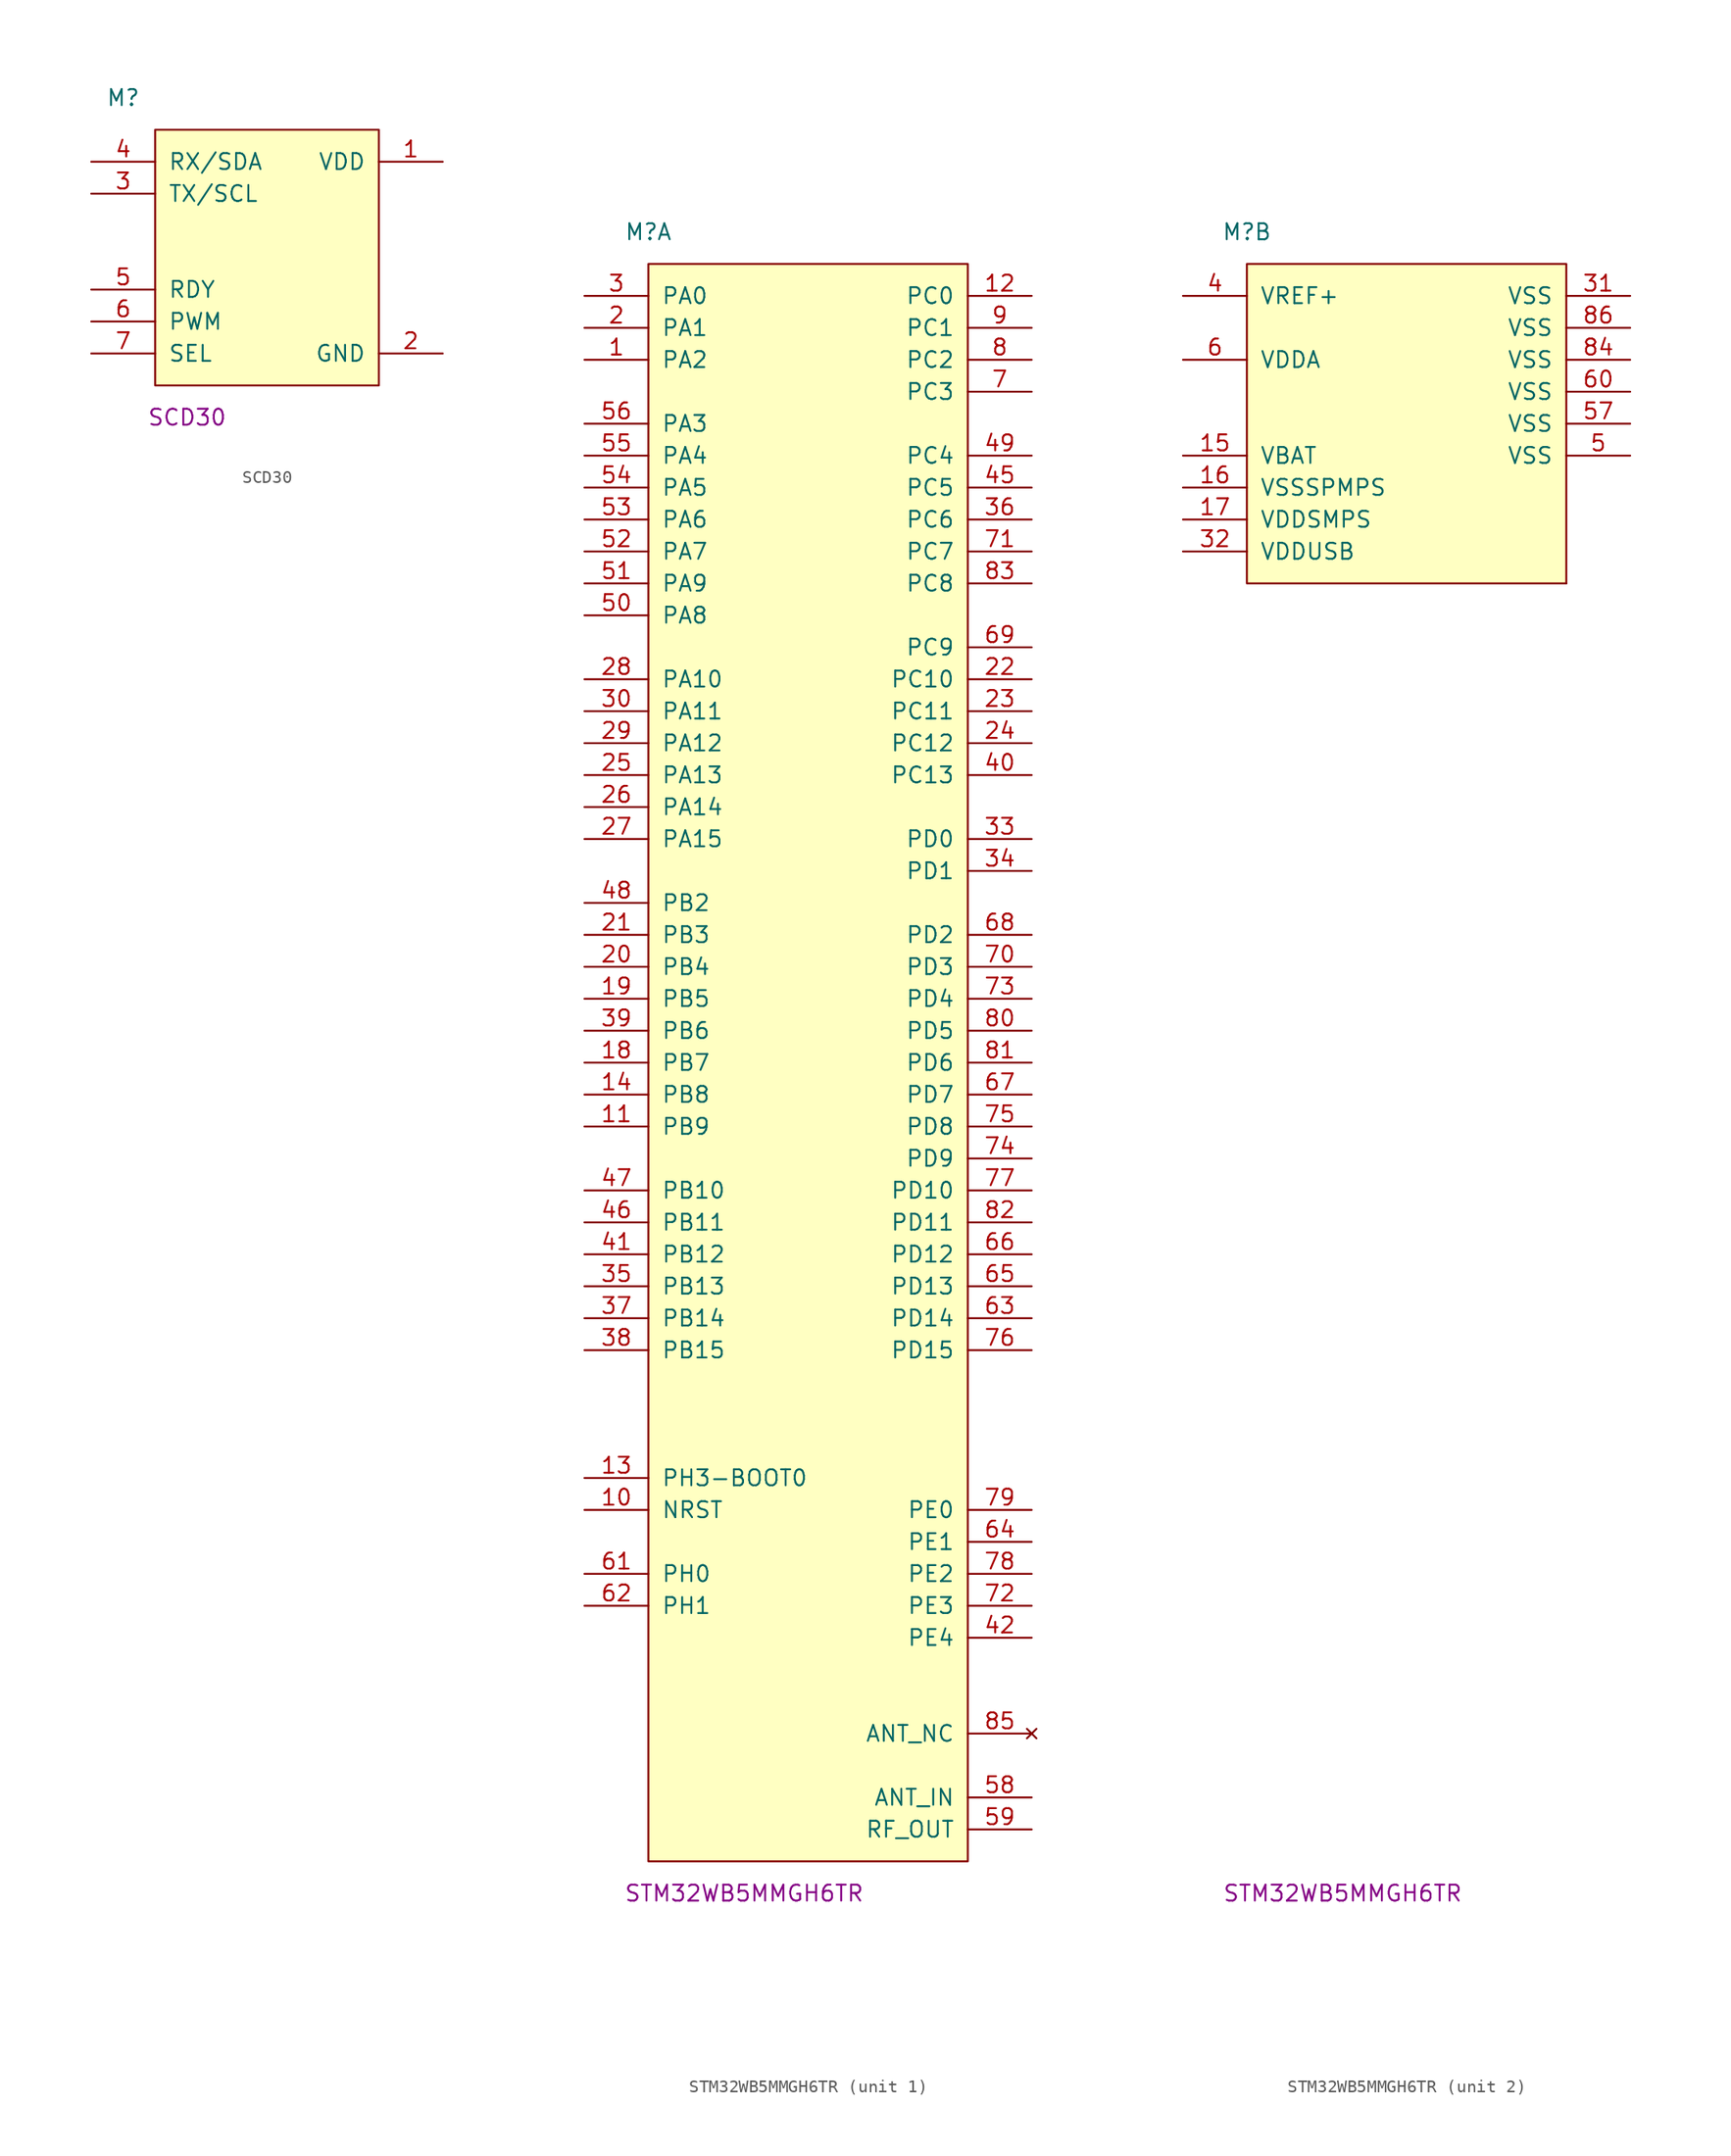
<source format=kicad_sym>
(kicad_symbol_lib
  (version 20220914)
  (generator kicad_symbol_editor)
  (symbol "SCD30"
    (pin_names
      (offset 1.016))
    (property "Reference" "M"
      (at -2.54 2.54 0)
      (effects (font (size 1.27 1.27))))
    (property "_Value_" "SCD30"
      (at 2.54 -22.86 0)
      (effects (font (size 1.27 1.27))))
    (symbol "SCD30_0_1"
      (rectangle (start 0 0) (end 17.78 -20.32) (stroke (width 0) (type default)) (fill (type background))))
    (symbol "SCD30_1_1"
      (pin power_in line (at 22.86 -2.54 180) (length 5.08) (name "VDD" (effects (font (size 1.27 1.27)))) (number "1" (effects (font (size 1.27 1.27)))))
      (pin passive line (at 22.86 -17.78 180) (length 5.08) (name "GND" (effects (font (size 1.27 1.27)))) (number "2" (effects (font (size 1.27 1.27)))))
      (pin bidirectional line (at -5.08 -5.08 0) (length 5.08) (name "TX/SCL" (effects (font (size 1.27 1.27)))) (number "3" (effects (font (size 1.27 1.27)))))
      (pin bidirectional line (at -5.08 -2.54 0) (length 5.08) (name "RX/SDA" (effects (font (size 1.27 1.27)))) (number "4" (effects (font (size 1.27 1.27)))))
      (pin output line (at -5.08 -12.7 0) (length 5.08) (name "RDY" (effects (font (size 1.27 1.27)))) (number "5" (effects (font (size 1.27 1.27)))))
      (pin output line (at -5.08 -15.24 0) (length 5.08) (name "PWM" (effects (font (size 1.27 1.27)))) (number "6" (effects (font (size 1.27 1.27)))))
      (pin input line (at -5.08 -17.78 0) (length 5.08) (name "SEL" (effects (font (size 1.27 1.27)))) (number "7" (effects (font (size 1.27 1.27)))))))
  (symbol "STM32WB5MMGH6TR"
    (pin_names
      (offset 1.016))
    (property "Reference" "M"
      (at 0 2.54 0)
      (effects (font (size 1.27 1.27))))
    (property "_Value_" "STM32WB5MMGH6TR"
      (at 7.62 -129.54 0)
      (effects (font (size 1.27 1.27))))
    (property "ki_locked" ""
      (at 0 0 0)
      (effects (font (size 1.27 1.27))))
    (symbol "STM32WB5MMGH6TR_1_1"
      (rectangle (start 0 0) (end 25.4 -127) (stroke (width 0) (type default)) (fill (type background)))
      (pin bidirectional line (at -5.08 -7.62 0) (length 5.08) (name "PA2" (effects (font (size 1.27 1.27)))) (number "1" (effects (font (size 1.27 1.27)))))
      (pin bidirectional line (at -5.08 -99.06 0) (length 5.08) (name "NRST" (effects (font (size 1.27 1.27)))) (number "10" (effects (font (size 1.27 1.27)))))
      (pin bidirectional line (at -5.08 -68.58 0) (length 5.08) (name "PB9" (effects (font (size 1.27 1.27)))) (number "11" (effects (font (size 1.27 1.27)))))
      (pin bidirectional line (at 30.48 -2.54 180) (length 5.08) (name "PC0" (effects (font (size 1.27 1.27)))) (number "12" (effects (font (size 1.27 1.27)))))
      (pin bidirectional line (at -5.08 -96.52 0) (length 5.08) (name "PH3-BOOT0" (effects (font (size 1.27 1.27)))) (number "13" (effects (font (size 1.27 1.27)))))
      (pin bidirectional line (at -5.08 -66.04 0) (length 5.08) (name "PB8" (effects (font (size 1.27 1.27)))) (number "14" (effects (font (size 1.27 1.27)))))
      (pin bidirectional line (at -5.08 -63.5 0) (length 5.08) (name "PB7" (effects (font (size 1.27 1.27)))) (number "18" (effects (font (size 1.27 1.27)))))
      (pin bidirectional line (at -5.08 -58.42 0) (length 5.08) (name "PB5" (effects (font (size 1.27 1.27)))) (number "19" (effects (font (size 1.27 1.27)))))
      (pin bidirectional line (at -5.08 -5.08 0) (length 5.08) (name "PA1" (effects (font (size 1.27 1.27)))) (number "2" (effects (font (size 1.27 1.27)))))
      (pin bidirectional line (at -5.08 -55.88 0) (length 5.08) (name "PB4" (effects (font (size 1.27 1.27)))) (number "20" (effects (font (size 1.27 1.27)))))
      (pin bidirectional line (at -5.08 -53.34 0) (length 5.08) (name "PB3" (effects (font (size 1.27 1.27)))) (number "21" (effects (font (size 1.27 1.27)))))
      (pin bidirectional line (at 30.48 -33.02 180) (length 5.08) (name "PC10" (effects (font (size 1.27 1.27)))) (number "22" (effects (font (size 1.27 1.27)))))
      (pin bidirectional line (at 30.48 -35.56 180) (length 5.08) (name "PC11" (effects (font (size 1.27 1.27)))) (number "23" (effects (font (size 1.27 1.27)))))
      (pin bidirectional line (at 30.48 -38.1 180) (length 5.08) (name "PC12" (effects (font (size 1.27 1.27)))) (number "24" (effects (font (size 1.27 1.27)))))
      (pin bidirectional line (at -5.08 -40.64 0) (length 5.08) (name "PA13" (effects (font (size 1.27 1.27)))) (number "25" (effects (font (size 1.27 1.27)))))
      (pin bidirectional line (at -5.08 -43.18 0) (length 5.08) (name "PA14" (effects (font (size 1.27 1.27)))) (number "26" (effects (font (size 1.27 1.27)))))
      (pin bidirectional line (at -5.08 -45.72 0) (length 5.08) (name "PA15" (effects (font (size 1.27 1.27)))) (number "27" (effects (font (size 1.27 1.27)))))
      (pin bidirectional line (at -5.08 -33.02 0) (length 5.08) (name "PA10" (effects (font (size 1.27 1.27)))) (number "28" (effects (font (size 1.27 1.27)))))
      (pin bidirectional line (at -5.08 -38.1 0) (length 5.08) (name "PA12" (effects (font (size 1.27 1.27)))) (number "29" (effects (font (size 1.27 1.27)))))
      (pin bidirectional line (at -5.08 -2.54 0) (length 5.08) (name "PA0" (effects (font (size 1.27 1.27)))) (number "3" (effects (font (size 1.27 1.27)))))
      (pin bidirectional line (at -5.08 -35.56 0) (length 5.08) (name "PA11" (effects (font (size 1.27 1.27)))) (number "30" (effects (font (size 1.27 1.27)))))
      (pin bidirectional line (at 30.48 -45.72 180) (length 5.08) (name "PD0" (effects (font (size 1.27 1.27)))) (number "33" (effects (font (size 1.27 1.27)))))
      (pin bidirectional line (at 30.48 -48.26 180) (length 5.08) (name "PD1" (effects (font (size 1.27 1.27)))) (number "34" (effects (font (size 1.27 1.27)))))
      (pin bidirectional line (at -5.08 -81.28 0) (length 5.08) (name "PB13" (effects (font (size 1.27 1.27)))) (number "35" (effects (font (size 1.27 1.27)))))
      (pin bidirectional line (at 30.48 -20.32 180) (length 5.08) (name "PC6" (effects (font (size 1.27 1.27)))) (number "36" (effects (font (size 1.27 1.27)))))
      (pin bidirectional line (at -5.08 -83.82 0) (length 5.08) (name "PB14" (effects (font (size 1.27 1.27)))) (number "37" (effects (font (size 1.27 1.27)))))
      (pin bidirectional line (at -5.08 -86.36 0) (length 5.08) (name "PB15" (effects (font (size 1.27 1.27)))) (number "38" (effects (font (size 1.27 1.27)))))
      (pin bidirectional line (at -5.08 -60.96 0) (length 5.08) (name "PB6" (effects (font (size 1.27 1.27)))) (number "39" (effects (font (size 1.27 1.27)))))
      (pin bidirectional line (at 30.48 -40.64 180) (length 5.08) (name "PC13" (effects (font (size 1.27 1.27)))) (number "40" (effects (font (size 1.27 1.27)))))
      (pin bidirectional line (at -5.08 -78.74 0) (length 5.08) (name "PB12" (effects (font (size 1.27 1.27)))) (number "41" (effects (font (size 1.27 1.27)))))
      (pin bidirectional line (at 30.48 -109.22 180) (length 5.08) (name "PE4" (effects (font (size 1.27 1.27)))) (number "42" (effects (font (size 1.27 1.27)))))
      (pin bidirectional line (at 30.48 -17.78 180) (length 5.08) (name "PC5" (effects (font (size 1.27 1.27)))) (number "45" (effects (font (size 1.27 1.27)))))
      (pin bidirectional line (at -5.08 -76.2 0) (length 5.08) (name "PB11" (effects (font (size 1.27 1.27)))) (number "46" (effects (font (size 1.27 1.27)))))
      (pin bidirectional line (at -5.08 -73.66 0) (length 5.08) (name "PB10" (effects (font (size 1.27 1.27)))) (number "47" (effects (font (size 1.27 1.27)))))
      (pin bidirectional line (at -5.08 -50.8 0) (length 5.08) (name "PB2" (effects (font (size 1.27 1.27)))) (number "48" (effects (font (size 1.27 1.27)))))
      (pin bidirectional line (at 30.48 -15.24 180) (length 5.08) (name "PC4" (effects (font (size 1.27 1.27)))) (number "49" (effects (font (size 1.27 1.27)))))
      (pin bidirectional line (at -5.08 -27.94 0) (length 5.08) (name "PA8" (effects (font (size 1.27 1.27)))) (number "50" (effects (font (size 1.27 1.27)))))
      (pin bidirectional line (at -5.08 -25.4 0) (length 5.08) (name "PA9" (effects (font (size 1.27 1.27)))) (number "51" (effects (font (size 1.27 1.27)))))
      (pin bidirectional line (at -5.08 -22.86 0) (length 5.08) (name "PA7" (effects (font (size 1.27 1.27)))) (number "52" (effects (font (size 1.27 1.27)))))
      (pin bidirectional line (at -5.08 -20.32 0) (length 5.08) (name "PA6" (effects (font (size 1.27 1.27)))) (number "53" (effects (font (size 1.27 1.27)))))
      (pin bidirectional line (at -5.08 -17.78 0) (length 5.08) (name "PA5" (effects (font (size 1.27 1.27)))) (number "54" (effects (font (size 1.27 1.27)))))
      (pin bidirectional line (at -5.08 -15.24 0) (length 5.08) (name "PA4" (effects (font (size 1.27 1.27)))) (number "55" (effects (font (size 1.27 1.27)))))
      (pin bidirectional line (at -5.08 -12.7 0) (length 5.08) (name "PA3" (effects (font (size 1.27 1.27)))) (number "56" (effects (font (size 1.27 1.27)))))
      (pin input line (at 30.48 -121.92 180) (length 5.08) (name "ANT_IN" (effects (font (size 1.27 1.27)))) (number "58" (effects (font (size 1.27 1.27)))))
      (pin output line (at 30.48 -124.46 180) (length 5.08) (name "RF_OUT" (effects (font (size 1.27 1.27)))) (number "59" (effects (font (size 1.27 1.27)))))
      (pin bidirectional line (at -5.08 -104.14 0) (length 5.08) (name "PH0" (effects (font (size 1.27 1.27)))) (number "61" (effects (font (size 1.27 1.27)))))
      (pin bidirectional line (at -5.08 -106.68 0) (length 5.08) (name "PH1" (effects (font (size 1.27 1.27)))) (number "62" (effects (font (size 1.27 1.27)))))
      (pin bidirectional line (at 30.48 -83.82 180) (length 5.08) (name "PD14" (effects (font (size 1.27 1.27)))) (number "63" (effects (font (size 1.27 1.27)))))
      (pin bidirectional line (at 30.48 -101.6 180) (length 5.08) (name "PE1" (effects (font (size 1.27 1.27)))) (number "64" (effects (font (size 1.27 1.27)))))
      (pin bidirectional line (at 30.48 -81.28 180) (length 5.08) (name "PD13" (effects (font (size 1.27 1.27)))) (number "65" (effects (font (size 1.27 1.27)))))
      (pin bidirectional line (at 30.48 -78.74 180) (length 5.08) (name "PD12" (effects (font (size 1.27 1.27)))) (number "66" (effects (font (size 1.27 1.27)))))
      (pin bidirectional line (at 30.48 -66.04 180) (length 5.08) (name "PD7" (effects (font (size 1.27 1.27)))) (number "67" (effects (font (size 1.27 1.27)))))
      (pin bidirectional line (at 30.48 -53.34 180) (length 5.08) (name "PD2" (effects (font (size 1.27 1.27)))) (number "68" (effects (font (size 1.27 1.27)))))
      (pin bidirectional line (at 30.48 -30.48 180) (length 5.08) (name "PC9" (effects (font (size 1.27 1.27)))) (number "69" (effects (font (size 1.27 1.27)))))
      (pin bidirectional line (at 30.48 -10.16 180) (length 5.08) (name "PC3" (effects (font (size 1.27 1.27)))) (number "7" (effects (font (size 1.27 1.27)))))
      (pin bidirectional line (at 30.48 -55.88 180) (length 5.08) (name "PD3" (effects (font (size 1.27 1.27)))) (number "70" (effects (font (size 1.27 1.27)))))
      (pin bidirectional line (at 30.48 -22.86 180) (length 5.08) (name "PC7" (effects (font (size 1.27 1.27)))) (number "71" (effects (font (size 1.27 1.27)))))
      (pin bidirectional line (at 30.48 -106.68 180) (length 5.08) (name "PE3" (effects (font (size 1.27 1.27)))) (number "72" (effects (font (size 1.27 1.27)))))
      (pin bidirectional line (at 30.48 -58.42 180) (length 5.08) (name "PD4" (effects (font (size 1.27 1.27)))) (number "73" (effects (font (size 1.27 1.27)))))
      (pin bidirectional line (at 30.48 -71.12 180) (length 5.08) (name "PD9" (effects (font (size 1.27 1.27)))) (number "74" (effects (font (size 1.27 1.27)))))
      (pin bidirectional line (at 30.48 -68.58 180) (length 5.08) (name "PD8" (effects (font (size 1.27 1.27)))) (number "75" (effects (font (size 1.27 1.27)))))
      (pin bidirectional line (at 30.48 -86.36 180) (length 5.08) (name "PD15" (effects (font (size 1.27 1.27)))) (number "76" (effects (font (size 1.27 1.27)))))
      (pin bidirectional line (at 30.48 -73.66 180) (length 5.08) (name "PD10" (effects (font (size 1.27 1.27)))) (number "77" (effects (font (size 1.27 1.27)))))
      (pin bidirectional line (at 30.48 -104.14 180) (length 5.08) (name "PE2" (effects (font (size 1.27 1.27)))) (number "78" (effects (font (size 1.27 1.27)))))
      (pin bidirectional line (at 30.48 -99.06 180) (length 5.08) (name "PE0" (effects (font (size 1.27 1.27)))) (number "79" (effects (font (size 1.27 1.27)))))
      (pin bidirectional line (at 30.48 -7.62 180) (length 5.08) (name "PC2" (effects (font (size 1.27 1.27)))) (number "8" (effects (font (size 1.27 1.27)))))
      (pin bidirectional line (at 30.48 -60.96 180) (length 5.08) (name "PD5" (effects (font (size 1.27 1.27)))) (number "80" (effects (font (size 1.27 1.27)))))
      (pin bidirectional line (at 30.48 -63.5 180) (length 5.08) (name "PD6" (effects (font (size 1.27 1.27)))) (number "81" (effects (font (size 1.27 1.27)))))
      (pin bidirectional line (at 30.48 -76.2 180) (length 5.08) (name "PD11" (effects (font (size 1.27 1.27)))) (number "82" (effects (font (size 1.27 1.27)))))
      (pin bidirectional line (at 30.48 -25.4 180) (length 5.08) (name "PC8" (effects (font (size 1.27 1.27)))) (number "83" (effects (font (size 1.27 1.27)))))
      (pin no_connect line (at 30.48 -116.84 180) (length 5.08) (name "ANT_NC" (effects (font (size 1.27 1.27)))) (number "85" (effects (font (size 1.27 1.27)))))
      (pin bidirectional line (at 30.48 -5.08 180) (length 5.08) (name "PC1" (effects (font (size 1.27 1.27)))) (number "9" (effects (font (size 1.27 1.27))))))
    (symbol "STM32WB5MMGH6TR_2_1"
      (rectangle (start 0 0) (end 25.4 -25.4) (stroke (width 0) (type default)) (fill (type background)))
      (rectangle (start 25.4 -25.4) (end 25.4 -25.4) (stroke (width 0) (type default)) (fill (type none)))
      (pin power_in line (at -5.08 -15.24 0) (length 5.08) (name "VBAT" (effects (font (size 1.27 1.27)))) (number "15" (effects (font (size 1.27 1.27)))))
      (pin power_in line (at -5.08 -17.78 0) (length 5.08) (name "VSSSPMPS" (effects (font (size 1.27 1.27)))) (number "16" (effects (font (size 1.27 1.27)))))
      (pin power_in line (at -5.08 -20.32 0) (length 5.08) (name "VDDSMPS" (effects (font (size 1.27 1.27)))) (number "17" (effects (font (size 1.27 1.27)))))
      (pin passive line (at 30.48 -2.54 180) (length 5.08) (name "VSS" (effects (font (size 1.27 1.27)))) (number "31" (effects (font (size 1.27 1.27)))))
      (pin bidirectional line (at -5.08 -22.86 0) (length 5.08) (name "VDDUSB" (effects (font (size 1.27 1.27)))) (number "32" (effects (font (size 1.27 1.27)))))
      (pin power_in line (at -5.08 -2.54 0) (length 5.08) (name "VREF+" (effects (font (size 1.27 1.27)))) (number "4" (effects (font (size 1.27 1.27)))))
      (pin passive line (at 30.48 -15.24 180) (length 5.08) (name "VSS" (effects (font (size 1.27 1.27)))) (number "5" (effects (font (size 1.27 1.27)))))
      (pin passive line (at 30.48 -12.7 180) (length 5.08) (name "VSS" (effects (font (size 1.27 1.27)))) (number "57" (effects (font (size 1.27 1.27)))))
      (pin passive line (at -5.08 -7.62 0) (length 5.08) (name "VDDA" (effects (font (size 1.27 1.27)))) (number "6" (effects (font (size 1.27 1.27)))))
      (pin passive line (at 30.48 -10.16 180) (length 5.08) (name "VSS" (effects (font (size 1.27 1.27)))) (number "60" (effects (font (size 1.27 1.27)))))
      (pin passive line (at 30.48 -7.62 180) (length 5.08) (name "VSS" (effects (font (size 1.27 1.27)))) (number "84" (effects (font (size 1.27 1.27)))))
      (pin passive line (at 30.48 -5.08 180) (length 5.08) (name "VSS" (effects (font (size 1.27 1.27)))) (number "86" (effects (font (size 1.27 1.27))))))))
</source>
